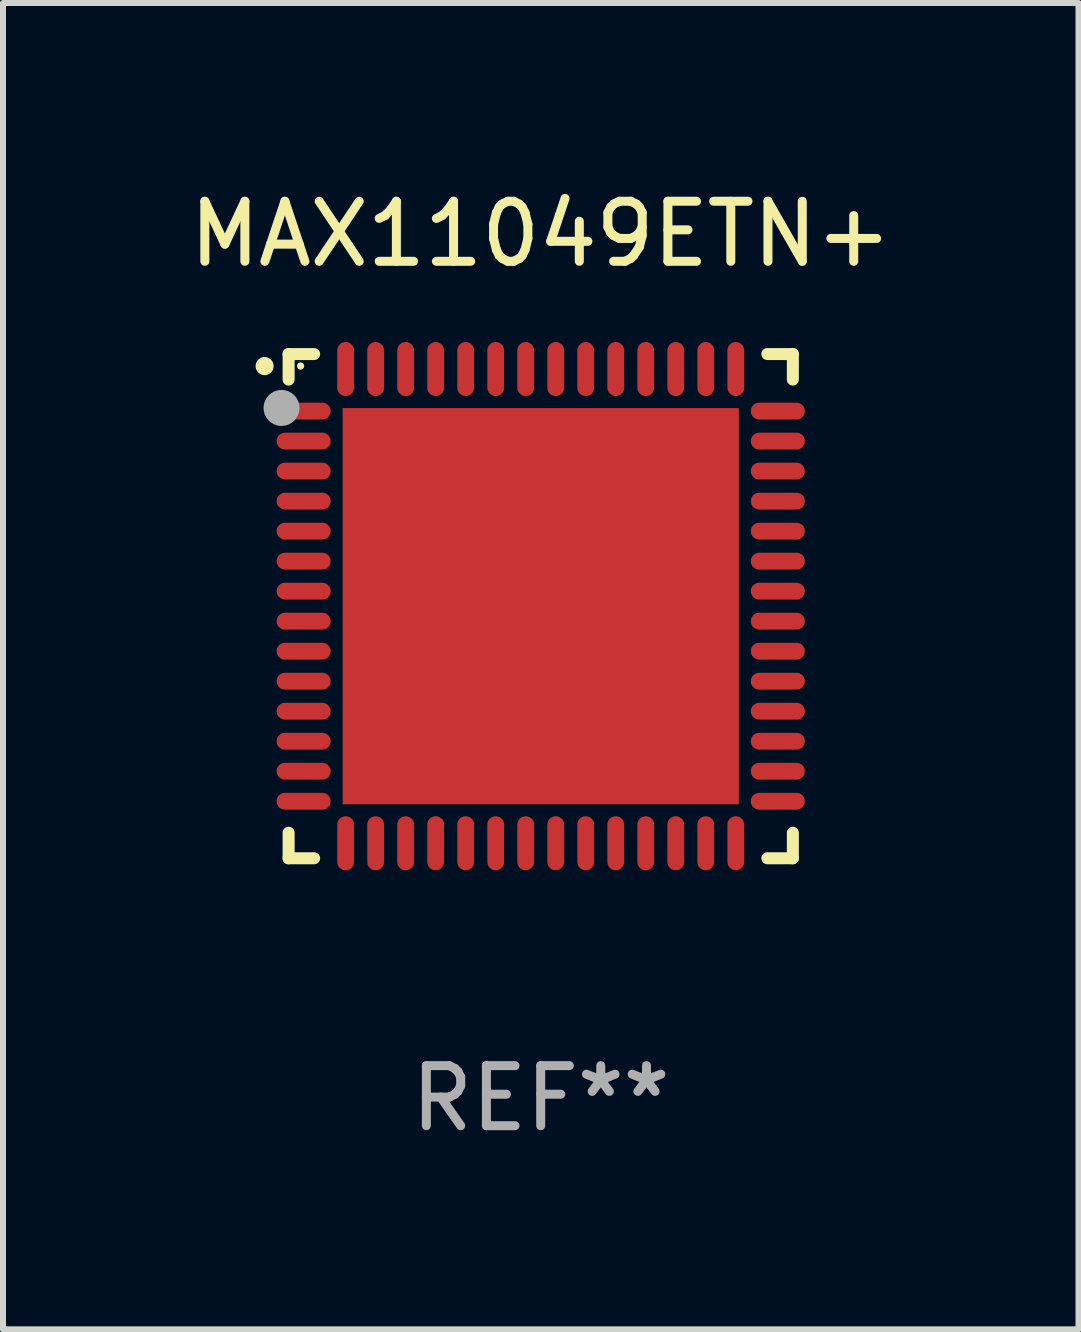
<source format=kicad_pcb>
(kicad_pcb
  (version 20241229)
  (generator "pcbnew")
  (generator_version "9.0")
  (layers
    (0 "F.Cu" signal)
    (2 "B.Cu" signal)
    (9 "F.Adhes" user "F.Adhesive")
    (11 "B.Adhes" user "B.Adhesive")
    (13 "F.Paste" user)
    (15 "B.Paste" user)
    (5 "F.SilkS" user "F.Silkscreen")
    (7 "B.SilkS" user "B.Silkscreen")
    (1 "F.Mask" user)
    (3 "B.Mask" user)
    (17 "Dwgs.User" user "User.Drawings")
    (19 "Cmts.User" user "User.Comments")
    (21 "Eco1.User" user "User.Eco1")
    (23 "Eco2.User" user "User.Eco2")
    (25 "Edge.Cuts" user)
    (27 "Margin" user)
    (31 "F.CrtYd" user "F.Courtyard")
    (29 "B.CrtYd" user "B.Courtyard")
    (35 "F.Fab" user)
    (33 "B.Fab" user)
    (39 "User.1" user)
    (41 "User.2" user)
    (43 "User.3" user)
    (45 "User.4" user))
  (footprint "MAX11049ETN+"
    (layer "F.Cu")
    (at 5.958 7.048)
    (property "Reference" "MAX11049ETN+" (at 0 -6.2 0) (layer "F.SilkS") (effects (font (size 1 1) (thickness 0.15))))
    (attr through_hole)
    (fp_line (start -4.2 -4.2) (end -3.775 -4.2) (stroke (width 0.2) (type solid)) (layer "F.SilkS"))
    (fp_line (start -4.2 -3.775) (end -4.2 -4.2) (stroke (width 0.2) (type solid)) (layer "F.SilkS"))
    (fp_line (start -4.2 3.775) (end -4.2 4.2) (stroke (width 0.2) (type solid)) (layer "F.SilkS"))
    (fp_line (start -4.2 4.2) (end -3.775 4.2) (stroke (width 0.2) (type solid)) (layer "F.SilkS"))
    (fp_line (start 3.775 4.2) (end 4.2 4.2) (stroke (width 0.2) (type solid)) (layer "F.SilkS"))
    (fp_line (start 4.2 -4.2) (end 3.775 -4.2) (stroke (width 0.2) (type solid)) (layer "F.SilkS"))
    (fp_line (start 4.2 -3.775) (end 4.2 -4.2) (stroke (width 0.2) (type solid)) (layer "F.SilkS"))
    (fp_line (start 4.2 4.2) (end 4.2 3.775) (stroke (width 0.2) (type solid)) (layer "F.SilkS"))
    (fp_arc (start -4.599949 -3.997968) (mid -4.599954 -3.999238) (end -4.599949 -4.000508) (stroke (width 0.3) (type solid)) (layer "F.SilkS"))
    (fp_circle (center -4 -4) (end -3.97 -4) (stroke (width 0.06) (type solid)) (fill no) (layer "F.SilkS"))
    (fp_circle (center -4.318 -3.302) (end -4.168 -3.302) (stroke (width 0.3) (type solid)) (fill no) (layer "F.Fab"))
    (fp_text user "REF**" (at 0 8.2 0) (layer "F.Fab") (effects (font (size 1 1) (thickness 0.15))))
    (pad "1" smd oval (at -3.95 -3.25 90) (size 0.28 0.9) (layers "F.Cu" "F.Mask" "F.Paste"))
    (pad "2" smd oval (at -3.95 -2.75 90) (size 0.28 0.9) (layers "F.Cu" "F.Mask" "F.Paste"))
    (pad "3" smd oval (at -3.95 -2.25 90) (size 0.28 0.9) (layers "F.Cu" "F.Mask" "F.Paste"))
    (pad "4" smd oval (at -3.95 -1.75 90) (size 0.28 0.9) (layers "F.Cu" "F.Mask" "F.Paste"))
    (pad "5" smd oval (at -3.95 -1.25 90) (size 0.28 0.9) (layers "F.Cu" "F.Mask" "F.Paste"))
    (pad "6" smd oval (at -3.95 -0.75 90) (size 0.28 0.9) (layers "F.Cu" "F.Mask" "F.Paste"))
    (pad "7" smd oval (at -3.95 -0.25 90) (size 0.28 0.9) (layers "F.Cu" "F.Mask" "F.Paste"))
    (pad "8" smd oval (at -3.95 0.25 90) (size 0.28 0.9) (layers "F.Cu" "F.Mask" "F.Paste"))
    (pad "9" smd oval (at -3.95 0.75 90) (size 0.28 0.9) (layers "F.Cu" "F.Mask" "F.Paste"))
    (pad "10" smd oval (at -3.95 1.25 90) (size 0.28 0.9) (layers "F.Cu" "F.Mask" "F.Paste"))
    (pad "11" smd oval (at -3.95 1.75 90) (size 0.28 0.9) (layers "F.Cu" "F.Mask" "F.Paste"))
    (pad "12" smd oval (at -3.95 2.25 90) (size 0.28 0.9) (layers "F.Cu" "F.Mask" "F.Paste"))
    (pad "13" smd oval (at -3.95 2.75 90) (size 0.28 0.9) (layers "F.Cu" "F.Mask" "F.Paste"))
    (pad "14" smd oval (at -3.95 3.25 90) (size 0.28 0.9) (layers "F.Cu" "F.Mask" "F.Paste"))
    (pad "15" smd oval (at -3.25 3.95) (size 0.28 0.9) (layers "F.Cu" "F.Mask" "F.Paste"))
    (pad "16" smd oval (at -2.75 3.95) (size 0.28 0.9) (layers "F.Cu" "F.Mask" "F.Paste"))
    (pad "17" smd oval (at -2.25 3.95) (size 0.28 0.9) (layers "F.Cu" "F.Mask" "F.Paste"))
    (pad "18" smd oval (at -1.75 3.95) (size 0.28 0.9) (layers "F.Cu" "F.Mask" "F.Paste"))
    (pad "19" smd oval (at -1.25 3.95) (size 0.28 0.9) (layers "F.Cu" "F.Mask" "F.Paste"))
    (pad "20" smd oval (at -0.75 3.95) (size 0.28 0.9) (layers "F.Cu" "F.Mask" "F.Paste"))
    (pad "21" smd oval (at -0.25 3.95) (size 0.28 0.9) (layers "F.Cu" "F.Mask" "F.Paste"))
    (pad "22" smd oval (at 0.25 3.95) (size 0.28 0.9) (layers "F.Cu" "F.Mask" "F.Paste"))
    (pad "23" smd oval (at 0.75 3.95) (size 0.28 0.9) (layers "F.Cu" "F.Mask" "F.Paste"))
    (pad "24" smd oval (at 1.25 3.95) (size 0.28 0.9) (layers "F.Cu" "F.Mask" "F.Paste"))
    (pad "25" smd oval (at 1.75 3.95) (size 0.28 0.9) (layers "F.Cu" "F.Mask" "F.Paste"))
    (pad "26" smd oval (at 2.25 3.95) (size 0.28 0.9) (layers "F.Cu" "F.Mask" "F.Paste"))
    (pad "27" smd oval (at 2.75 3.95) (size 0.28 0.9) (layers "F.Cu" "F.Mask" "F.Paste"))
    (pad "28" smd oval (at 3.25 3.95) (size 0.28 0.9) (layers "F.Cu" "F.Mask" "F.Paste"))
    (pad "29" smd oval (at 3.95 3.25 90) (size 0.28 0.9) (layers "F.Cu" "F.Mask" "F.Paste"))
    (pad "30" smd oval (at 3.95 2.75 90) (size 0.28 0.9) (layers "F.Cu" "F.Mask" "F.Paste"))
    (pad "31" smd oval (at 3.95 2.25 90) (size 0.28 0.9) (layers "F.Cu" "F.Mask" "F.Paste"))
    (pad "32" smd oval (at 3.95 1.75 90) (size 0.28 0.9) (layers "F.Cu" "F.Mask" "F.Paste"))
    (pad "33" smd oval (at 3.95 1.25 90) (size 0.28 0.9) (layers "F.Cu" "F.Mask" "F.Paste"))
    (pad "34" smd oval (at 3.95 0.75 90) (size 0.28 0.9) (layers "F.Cu" "F.Mask" "F.Paste"))
    (pad "35" smd oval (at 3.95 0.25 90) (size 0.28 0.9) (layers "F.Cu" "F.Mask" "F.Paste"))
    (pad "36" smd oval (at 3.95 -0.25 90) (size 0.28 0.9) (layers "F.Cu" "F.Mask" "F.Paste"))
    (pad "37" smd oval (at 3.95 -0.75 90) (size 0.28 0.9) (layers "F.Cu" "F.Mask" "F.Paste"))
    (pad "38" smd oval (at 3.95 -1.25 90) (size 0.28 0.9) (layers "F.Cu" "F.Mask" "F.Paste"))
    (pad "39" smd oval (at 3.95 -1.75 90) (size 0.28 0.9) (layers "F.Cu" "F.Mask" "F.Paste"))
    (pad "40" smd oval (at 3.95 -2.25 90) (size 0.28 0.9) (layers "F.Cu" "F.Mask" "F.Paste"))
    (pad "41" smd oval (at 3.95 -2.75 90) (size 0.28 0.9) (layers "F.Cu" "F.Mask" "F.Paste"))
    (pad "42" smd oval (at 3.95 -3.25 90) (size 0.28 0.9) (layers "F.Cu" "F.Mask" "F.Paste"))
    (pad "43" smd oval (at 3.25 -3.95) (size 0.28 0.9) (layers "F.Cu" "F.Mask" "F.Paste"))
    (pad "44" smd oval (at 2.75 -3.95) (size 0.28 0.9) (layers "F.Cu" "F.Mask" "F.Paste"))
    (pad "45" smd oval (at 2.25 -3.95) (size 0.28 0.9) (layers "F.Cu" "F.Mask" "F.Paste"))
    (pad "46" smd oval (at 1.75 -3.95) (size 0.28 0.9) (layers "F.Cu" "F.Mask" "F.Paste"))
    (pad "47" smd oval (at 1.25 -3.95) (size 0.28 0.9) (layers "F.Cu" "F.Mask" "F.Paste"))
    (pad "48" smd oval (at 0.75 -3.95) (size 0.28 0.9) (layers "F.Cu" "F.Mask" "F.Paste"))
    (pad "49" smd oval (at 0.25 -3.95) (size 0.28 0.9) (layers "F.Cu" "F.Mask" "F.Paste"))
    (pad "50" smd oval (at -0.25 -3.95) (size 0.28 0.9) (layers "F.Cu" "F.Mask" "F.Paste"))
    (pad "51" smd oval (at -0.75 -3.95) (size 0.28 0.9) (layers "F.Cu" "F.Mask" "F.Paste"))
    (pad "52" smd oval (at -1.25 -3.95) (size 0.28 0.9) (layers "F.Cu" "F.Mask" "F.Paste"))
    (pad "53" smd oval (at -1.75 -3.95) (size 0.28 0.9) (layers "F.Cu" "F.Mask" "F.Paste"))
    (pad "54" smd oval (at -2.25 -3.95) (size 0.28 0.9) (layers "F.Cu" "F.Mask" "F.Paste"))
    (pad "55" smd oval (at -2.75 -3.95) (size 0.28 0.9) (layers "F.Cu" "F.Mask" "F.Paste"))
    (pad "56" smd oval (at -3.25 -3.95) (size 0.28 0.9) (layers "F.Cu" "F.Mask" "F.Paste"))
    (pad "57" smd rect (at 0 0.000051) (size 6.6 6.6) (layers "F.Cu" "F.Mask" "F.Paste")))
  (gr_rect
    (start -3 -3)
    (end 14.917 19.096)
    (stroke (width 0.1) (type default))
    (fill no)
    (layer "Edge.Cuts")))
</source>
